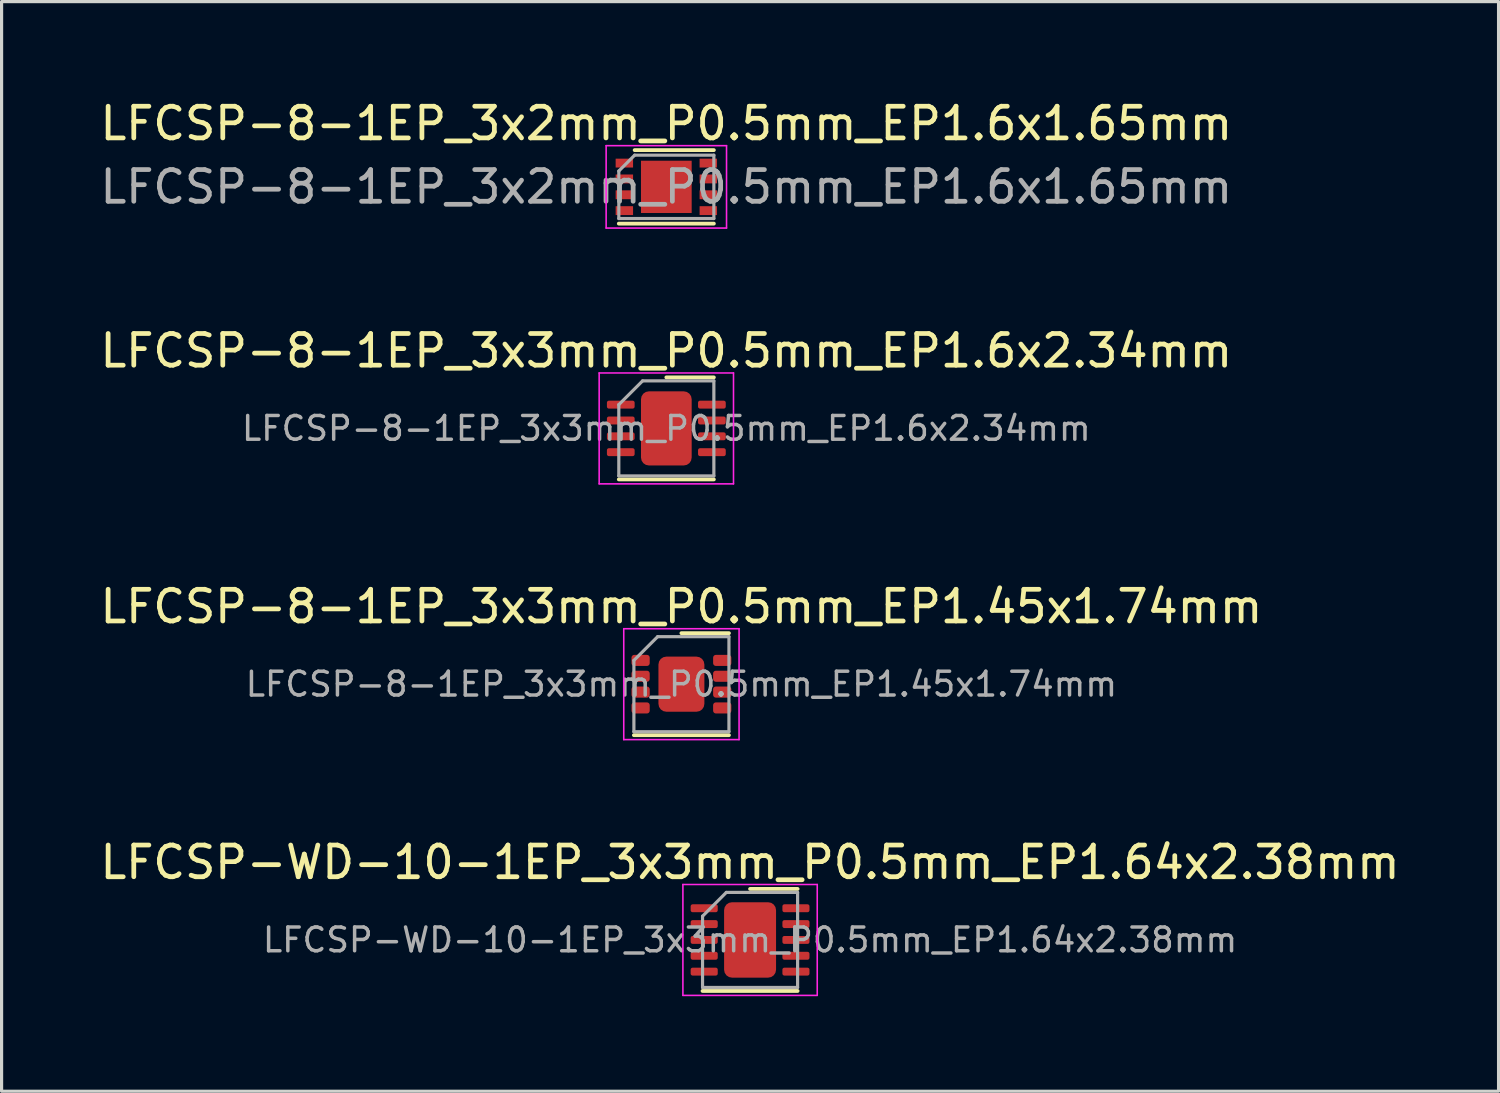
<source format=kicad_pcb>
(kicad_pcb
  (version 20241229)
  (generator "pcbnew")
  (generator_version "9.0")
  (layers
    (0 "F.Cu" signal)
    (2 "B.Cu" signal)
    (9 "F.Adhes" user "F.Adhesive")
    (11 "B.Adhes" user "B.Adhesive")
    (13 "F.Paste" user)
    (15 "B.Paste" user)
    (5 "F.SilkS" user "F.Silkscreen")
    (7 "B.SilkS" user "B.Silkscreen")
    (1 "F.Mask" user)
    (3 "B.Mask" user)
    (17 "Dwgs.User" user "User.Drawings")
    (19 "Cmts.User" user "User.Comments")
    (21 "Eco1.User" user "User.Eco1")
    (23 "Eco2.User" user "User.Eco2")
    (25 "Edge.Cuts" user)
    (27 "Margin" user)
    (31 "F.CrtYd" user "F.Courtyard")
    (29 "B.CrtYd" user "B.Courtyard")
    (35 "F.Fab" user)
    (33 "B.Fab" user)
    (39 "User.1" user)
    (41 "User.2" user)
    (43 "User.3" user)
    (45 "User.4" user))
  (footprint "LFCSP-8-1EP_3x3mm_P0.5mm_EP1.6x2.34mm"
    (layer "F.Cu")
    (at 17.982 10.472)
    (property "Reference" "LFCSP-8-1EP_3x3mm_P0.5mm_EP1.6x2.34mm" (at 0 -2.45 0) (layer "F.SilkS") (effects (font (size 1 1) (thickness 0.15))))
    (attr smd)
    (fp_line (start -1.5 1.61) (end 1.5 1.61) (stroke (width 0.12) (type solid)) (layer "F.SilkS"))
    (fp_line (start 0 -1.61) (end 1.5 -1.61) (stroke (width 0.12) (type solid)) (layer "F.SilkS"))
    (fp_line (start -2.12 -1.75) (end -2.12 1.75) (stroke (width 0.05) (type solid)) (layer "F.CrtYd"))
    (fp_line (start -2.12 1.75) (end 2.12 1.75) (stroke (width 0.05) (type solid)) (layer "F.CrtYd"))
    (fp_line (start 2.12 -1.75) (end -2.12 -1.75) (stroke (width 0.05) (type solid)) (layer "F.CrtYd"))
    (fp_line (start 2.12 1.75) (end 2.12 -1.75) (stroke (width 0.05) (type solid)) (layer "F.CrtYd"))
    (fp_line (start -1.5 -0.75) (end -0.75 -1.5) (stroke (width 0.1) (type solid)) (layer "F.Fab"))
    (fp_line (start -1.5 1.5) (end -1.5 -0.75) (stroke (width 0.1) (type solid)) (layer "F.Fab"))
    (fp_line (start -0.75 -1.5) (end 1.5 -1.5) (stroke (width 0.1) (type solid)) (layer "F.Fab"))
    (fp_line (start 1.5 -1.5) (end 1.5 1.5) (stroke (width 0.1) (type solid)) (layer "F.Fab"))
    (fp_line (start 1.5 1.5) (end -1.5 1.5) (stroke (width 0.1) (type solid)) (layer "F.Fab"))
    (fp_text user "${REFERENCE}" (at 0 0 0) (layer "F.Fab") (effects (font (size 0.75 0.75) (thickness 0.11))))
    (pad "" smd roundrect (at -0.4 -0.585) (size 0.64 0.94) (layers "F.Paste") (roundrect_rratio 0.25))
    (pad "" smd roundrect (at -0.4 0.585) (size 0.64 0.94) (layers "F.Paste") (roundrect_rratio 0.25))
    (pad "" smd roundrect (at 0.4 -0.585) (size 0.64 0.94) (layers "F.Paste") (roundrect_rratio 0.25))
    (pad "" smd roundrect (at 0.4 0.585) (size 0.64 0.94) (layers "F.Paste") (roundrect_rratio 0.25))
    (pad "1" smd roundrect (at -1.438 -0.75) (size 0.875 0.25) (layers "F.Cu" "F.Mask" "F.Paste") (roundrect_rratio 0.25))
    (pad "2" smd roundrect (at -1.438 -0.25) (size 0.875 0.25) (layers "F.Cu" "F.Mask" "F.Paste") (roundrect_rratio 0.25))
    (pad "3" smd roundrect (at -1.438 0.25) (size 0.875 0.25) (layers "F.Cu" "F.Mask" "F.Paste") (roundrect_rratio 0.25))
    (pad "4" smd roundrect (at -1.438 0.75) (size 0.875 0.25) (layers "F.Cu" "F.Mask" "F.Paste") (roundrect_rratio 0.25))
    (pad "5" smd roundrect (at 1.438 0.75) (size 0.875 0.25) (layers "F.Cu" "F.Mask" "F.Paste") (roundrect_rratio 0.25))
    (pad "6" smd roundrect (at 1.438 0.25) (size 0.875 0.25) (layers "F.Cu" "F.Mask" "F.Paste") (roundrect_rratio 0.25))
    (pad "7" smd roundrect (at 1.438 -0.25) (size 0.875 0.25) (layers "F.Cu" "F.Mask" "F.Paste") (roundrect_rratio 0.25))
    (pad "8" smd roundrect (at 1.438 -0.75) (size 0.875 0.25) (layers "F.Cu" "F.Mask" "F.Paste") (roundrect_rratio 0.25))
    (pad "9" smd roundrect (at 0 0) (size 1.6 2.34) (layers "F.Cu" "F.Mask") (roundrect_rratio 0.156)))
  (footprint "LFCSP-8-1EP_3x2mm_P0.5mm_EP1.6x1.65mm"
    (layer "F.Cu")
    (at 17.982 2.848)
    (property "Reference" "LFCSP-8-1EP_3x2mm_P0.5mm_EP1.6x1.65mm" (at 0 -2 0) (layer "F.SilkS") (effects (font (size 1 1) (thickness 0.15))))
    (attr smd)
    (fp_line (start -1 -1.16) (end 1.5 -1.16) (stroke (width 0.12) (type solid)) (layer "F.SilkS"))
    (fp_line (start 1.5 1.16) (end -1.5 1.16) (stroke (width 0.12) (type solid)) (layer "F.SilkS"))
    (fp_line (start -1.9 -1.3) (end 1.9 -1.3) (stroke (width 0.05) (type solid)) (layer "F.CrtYd"))
    (fp_line (start -1.9 1.3) (end -1.9 -1.3) (stroke (width 0.05) (type solid)) (layer "F.CrtYd"))
    (fp_line (start 1.9 -1.3) (end 1.9 1.3) (stroke (width 0.05) (type solid)) (layer "F.CrtYd"))
    (fp_line (start 1.9 1.3) (end -1.9 1.3) (stroke (width 0.05) (type solid)) (layer "F.CrtYd"))
    (fp_line (start -1.5 -0.5) (end -1.5 1) (stroke (width 0.1) (type solid)) (layer "F.Fab"))
    (fp_line (start -1 -1) (end -1.5 -0.5) (stroke (width 0.1) (type solid)) (layer "F.Fab"))
    (fp_line (start -1 -1) (end 1.5 -1) (stroke (width 0.1) (type solid)) (layer "F.Fab"))
    (fp_line (start 1.5 1) (end -1.5 1) (stroke (width 0.1) (type solid)) (layer "F.Fab"))
    (fp_line (start 1.5 1) (end 1.5 -1) (stroke (width 0.1) (type solid)) (layer "F.Fab"))
    (fp_text user "${REFERENCE}" (at 0 0 180) (layer "F.Fab") (effects (font (size 1 1) (thickness 0.15))))
    (pad "1" smd rect (at -1.325 -0.75) (size 0.55 0.28) (layers "F.Cu" "F.Mask" "F.Paste"))
    (pad "2" smd rect (at -1.325 -0.25) (size 0.55 0.28) (layers "F.Cu" "F.Mask" "F.Paste"))
    (pad "3" smd rect (at -1.325 0.25) (size 0.55 0.28) (layers "F.Cu" "F.Mask" "F.Paste"))
    (pad "4" smd rect (at -1.325 0.75) (size 0.55 0.28) (layers "F.Cu" "F.Mask" "F.Paste"))
    (pad "5" smd rect (at 1.325 0.75) (size 0.55 0.28) (layers "F.Cu" "F.Mask" "F.Paste"))
    (pad "6" smd rect (at 1.325 0.25) (size 0.55 0.28) (layers "F.Cu" "F.Mask" "F.Paste"))
    (pad "7" smd rect (at 1.325 -0.25) (size 0.55 0.28) (layers "F.Cu" "F.Mask" "F.Paste"))
    (pad "8" smd rect (at 1.325 -0.75) (size 0.55 0.28) (layers "F.Cu" "F.Mask" "F.Paste"))
    (pad "9" smd rect (at 0 0) (size 1.6 1.65) (layers "F.Cu" "F.Mask" "F.Paste")))
  (footprint "LFCSP-8-1EP_3x3mm_P0.5mm_EP1.45x1.74mm"
    (layer "F.Cu")
    (at 18.458 18.545)
    (property "Reference" "LFCSP-8-1EP_3x3mm_P0.5mm_EP1.45x1.74mm" (at 0 -2.45 0) (layer "F.SilkS") (effects (font (size 1 1) (thickness 0.15))))
    (attr smd)
    (fp_line (start -1.5 1.61) (end 1.5 1.61) (stroke (width 0.12) (type solid)) (layer "F.SilkS"))
    (fp_line (start 0 -1.61) (end 1.5 -1.61) (stroke (width 0.12) (type solid)) (layer "F.SilkS"))
    (fp_line (start -1.82 -1.75) (end -1.82 1.75) (stroke (width 0.05) (type solid)) (layer "F.CrtYd"))
    (fp_line (start -1.82 1.75) (end 1.82 1.75) (stroke (width 0.05) (type solid)) (layer "F.CrtYd"))
    (fp_line (start 1.82 -1.75) (end -1.82 -1.75) (stroke (width 0.05) (type solid)) (layer "F.CrtYd"))
    (fp_line (start 1.82 1.75) (end 1.82 -1.75) (stroke (width 0.05) (type solid)) (layer "F.CrtYd"))
    (fp_line (start -1.5 -0.75) (end -0.75 -1.5) (stroke (width 0.1) (type solid)) (layer "F.Fab"))
    (fp_line (start -1.5 1.5) (end -1.5 -0.75) (stroke (width 0.1) (type solid)) (layer "F.Fab"))
    (fp_line (start -0.75 -1.5) (end 1.5 -1.5) (stroke (width 0.1) (type solid)) (layer "F.Fab"))
    (fp_line (start 1.5 -1.5) (end 1.5 1.5) (stroke (width 0.1) (type solid)) (layer "F.Fab"))
    (fp_line (start 1.5 1.5) (end -1.5 1.5) (stroke (width 0.1) (type solid)) (layer "F.Fab"))
    (fp_text user "${REFERENCE}" (at 0 0 0) (layer "F.Fab") (effects (font (size 0.75 0.75) (thickness 0.11))))
    (pad "" smd roundrect (at -0.365 -0.435) (size 0.58 0.7) (layers "F.Paste") (roundrect_rratio 0.25))
    (pad "" smd roundrect (at -0.365 0.435) (size 0.58 0.7) (layers "F.Paste") (roundrect_rratio 0.25))
    (pad "" smd roundrect (at 0.365 -0.435) (size 0.58 0.7) (layers "F.Paste") (roundrect_rratio 0.25))
    (pad "" smd roundrect (at 0.365 0.435) (size 0.58 0.7) (layers "F.Paste") (roundrect_rratio 0.25))
    (pad "1" smd roundrect (at -1.288 -0.75) (size 0.575 0.35) (layers "F.Cu" "F.Mask" "F.Paste") (roundrect_rratio 0.25))
    (pad "2" smd roundrect (at -1.288 -0.25) (size 0.575 0.35) (layers "F.Cu" "F.Mask" "F.Paste") (roundrect_rratio 0.25))
    (pad "3" smd roundrect (at -1.288 0.25) (size 0.575 0.35) (layers "F.Cu" "F.Mask" "F.Paste") (roundrect_rratio 0.25))
    (pad "4" smd roundrect (at -1.288 0.75) (size 0.575 0.35) (layers "F.Cu" "F.Mask" "F.Paste") (roundrect_rratio 0.25))
    (pad "5" smd roundrect (at 1.288 0.75) (size 0.575 0.35) (layers "F.Cu" "F.Mask" "F.Paste") (roundrect_rratio 0.25))
    (pad "6" smd roundrect (at 1.288 0.25) (size 0.575 0.35) (layers "F.Cu" "F.Mask" "F.Paste") (roundrect_rratio 0.25))
    (pad "7" smd roundrect (at 1.288 -0.25) (size 0.575 0.35) (layers "F.Cu" "F.Mask" "F.Paste") (roundrect_rratio 0.25))
    (pad "8" smd roundrect (at 1.288 -0.75) (size 0.575 0.35) (layers "F.Cu" "F.Mask" "F.Paste") (roundrect_rratio 0.25))
    (pad "9" smd roundrect (at 0 0) (size 1.45 1.74) (layers "F.Cu" "F.Mask") (roundrect_rratio 0.172)))
  (footprint "LFCSP-WD-10-1EP_3x3mm_P0.5mm_EP1.64x2.38mm"
    (layer "F.Cu")
    (at 20.625 26.618)
    (property "Reference" "LFCSP-WD-10-1EP_3x3mm_P0.5mm_EP1.64x2.38mm" (at 0 -2.45 0) (layer "F.SilkS") (effects (font (size 1 1) (thickness 0.15))))
    (attr smd)
    (fp_line (start -1.5 1.61) (end 1.5 1.61) (stroke (width 0.12) (type solid)) (layer "F.SilkS"))
    (fp_line (start 0 -1.61) (end 1.5 -1.61) (stroke (width 0.12) (type solid)) (layer "F.SilkS"))
    (fp_line (start -2.12 -1.75) (end -2.12 1.75) (stroke (width 0.05) (type solid)) (layer "F.CrtYd"))
    (fp_line (start -2.12 1.75) (end 2.12 1.75) (stroke (width 0.05) (type solid)) (layer "F.CrtYd"))
    (fp_line (start 2.12 -1.75) (end -2.12 -1.75) (stroke (width 0.05) (type solid)) (layer "F.CrtYd"))
    (fp_line (start 2.12 1.75) (end 2.12 -1.75) (stroke (width 0.05) (type solid)) (layer "F.CrtYd"))
    (fp_line (start -1.5 -0.75) (end -0.75 -1.5) (stroke (width 0.1) (type solid)) (layer "F.Fab"))
    (fp_line (start -1.5 1.5) (end -1.5 -0.75) (stroke (width 0.1) (type solid)) (layer "F.Fab"))
    (fp_line (start -0.75 -1.5) (end 1.5 -1.5) (stroke (width 0.1) (type solid)) (layer "F.Fab"))
    (fp_line (start 1.5 -1.5) (end 1.5 1.5) (stroke (width 0.1) (type solid)) (layer "F.Fab"))
    (fp_line (start 1.5 1.5) (end -1.5 1.5) (stroke (width 0.1) (type solid)) (layer "F.Fab"))
    (fp_text user "${REFERENCE}" (at 0 0 0) (layer "F.Fab") (effects (font (size 0.75 0.75) (thickness 0.11))))
    (pad "" smd roundrect (at -0.55 -0.79) (size 0.44 0.64) (layers "F.Paste") (roundrect_rratio 0.25))
    (pad "" smd roundrect (at -0.55 0) (size 0.44 0.64) (layers "F.Paste") (roundrect_rratio 0.25))
    (pad "" smd roundrect (at -0.55 0.79) (size 0.44 0.64) (layers "F.Paste") (roundrect_rratio 0.25))
    (pad "" smd roundrect (at 0 -0.79) (size 0.44 0.64) (layers "F.Paste") (roundrect_rratio 0.25))
    (pad "" smd roundrect (at 0 0) (size 0.44 0.64) (layers "F.Paste") (roundrect_rratio 0.25))
    (pad "" smd roundrect (at 0 0.79) (size 0.44 0.64) (layers "F.Paste") (roundrect_rratio 0.25))
    (pad "" smd roundrect (at 0.55 -0.79) (size 0.44 0.64) (layers "F.Paste") (roundrect_rratio 0.25))
    (pad "" smd roundrect (at 0.55 0) (size 0.44 0.64) (layers "F.Paste") (roundrect_rratio 0.25))
    (pad "" smd roundrect (at 0.55 0.79) (size 0.44 0.64) (layers "F.Paste") (roundrect_rratio 0.25))
    (pad "1" smd roundrect (at -1.448 -1) (size 0.855 0.25) (layers "F.Cu" "F.Mask" "F.Paste") (roundrect_rratio 0.25))
    (pad "2" smd roundrect (at -1.448 -0.5) (size 0.855 0.25) (layers "F.Cu" "F.Mask" "F.Paste") (roundrect_rratio 0.25))
    (pad "3" smd roundrect (at -1.448 0) (size 0.855 0.25) (layers "F.Cu" "F.Mask" "F.Paste") (roundrect_rratio 0.25))
    (pad "4" smd roundrect (at -1.448 0.5) (size 0.855 0.25) (layers "F.Cu" "F.Mask" "F.Paste") (roundrect_rratio 0.25))
    (pad "5" smd roundrect (at -1.448 1) (size 0.855 0.25) (layers "F.Cu" "F.Mask" "F.Paste") (roundrect_rratio 0.25))
    (pad "6" smd roundrect (at 1.448 1) (size 0.855 0.25) (layers "F.Cu" "F.Mask" "F.Paste") (roundrect_rratio 0.25))
    (pad "7" smd roundrect (at 1.448 0.5) (size 0.855 0.25) (layers "F.Cu" "F.Mask" "F.Paste") (roundrect_rratio 0.25))
    (pad "8" smd roundrect (at 1.448 0) (size 0.855 0.25) (layers "F.Cu" "F.Mask" "F.Paste") (roundrect_rratio 0.25))
    (pad "9" smd roundrect (at 1.448 -0.5) (size 0.855 0.25) (layers "F.Cu" "F.Mask" "F.Paste") (roundrect_rratio 0.25))
    (pad "10" smd roundrect (at 1.448 -1) (size 0.855 0.25) (layers "F.Cu" "F.Mask" "F.Paste") (roundrect_rratio 0.25))
    (pad "11" smd roundrect (at 0 0) (size 1.64 2.38) (layers "F.Cu" "F.Mask") (roundrect_rratio 0.152)))
  (gr_rect
    (start -3 -3)
    (end 44.25 31.393)
    (stroke (width 0.1) (type default))
    (fill no)
    (layer "Edge.Cuts")))
</source>
